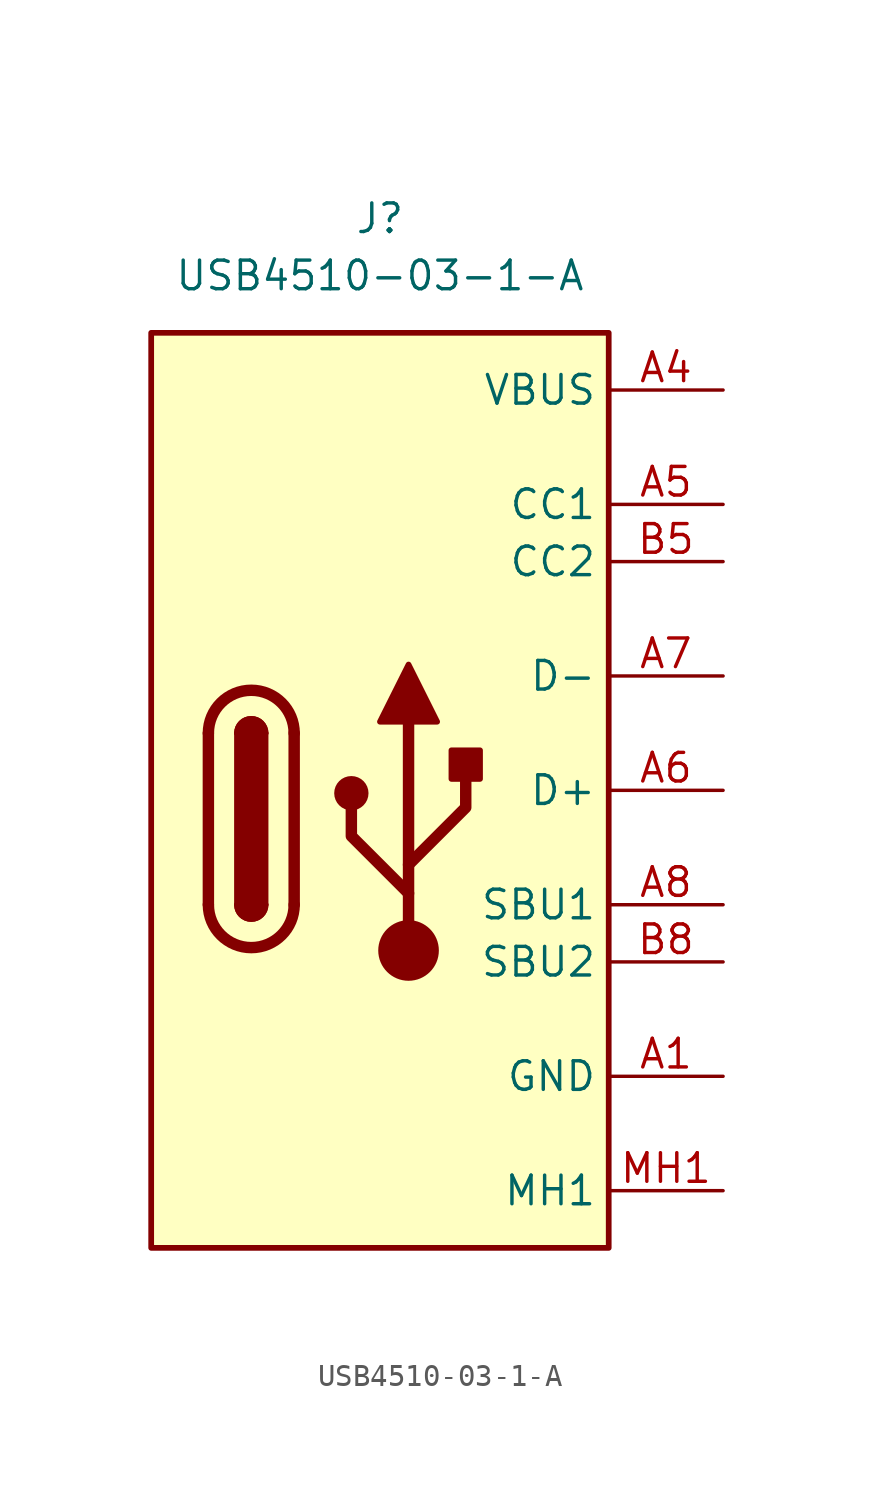
<source format=kicad_sym>
(kicad_symbol_lib
  (version 20231120)
  (generator "kicad_symbol_editor")
  (generator_version "8.0")
  (symbol "USB4510-03-1-A"
    (property "Reference" "J"
      (at 0 5.08 0)
      (effects (font (size 1.27 1.27))))
    (property "Value" "USB4510-03-1-A"
      (at 0 2.54 0)
      (effects (font (size 1.27 1.27))))
    (symbol "USB4510-03-1-A_0_1"
      (rectangle (start -10.16 0) (end 10.16 -40.64) (stroke (width 0.254) (type default)) (fill (type background)))
      (arc (start -7.62 -25.4) (mid -5.715 -27.2967) (end -3.81 -25.4) (stroke (width 0.508) (type default)) (fill (type none)))
      (arc (start -6.35 -25.4) (mid -5.715 -26.0323) (end -5.08 -25.4) (stroke (width 0.254) (type default)) (fill (type none)))
      (arc (start -6.35 -25.4) (mid -5.715 -26.0323) (end -5.08 -25.4) (stroke (width 0.254) (type default)) (fill (type outline)))
      (rectangle (start -6.35 -25.4) (end -5.08 -17.78) (stroke (width 0.254) (type default)) (fill (type outline)))
      (arc (start -5.08 -17.78) (mid -5.715 -17.1477) (end -6.35 -17.78) (stroke (width 0.254) (type default)) (fill (type none)))
      (arc (start -5.08 -17.78) (mid -5.715 -17.1477) (end -6.35 -17.78) (stroke (width 0.254) (type default)) (fill (type outline)))
      (arc (start -3.81 -17.78) (mid -5.715 -15.8833) (end -7.62 -17.78) (stroke (width 0.508) (type default)) (fill (type none)))
      (polyline (pts (xy -7.62 -25.4) (xy -7.62 -17.78)) (stroke (width 0.508) (type default)) (fill (type none)))
      (polyline (pts (xy -3.81 -17.78) (xy -3.81 -25.4)) (stroke (width 0.508) (type default)) (fill (type none))))
    (symbol "USB4510-03-1-A_1_1"
      (circle (center -1.27 -20.447) (radius 0.635) (stroke (width 0.254) (type default)) (fill (type outline)))
      (polyline (pts (xy 1.27 -27.432) (xy 1.27 -17.272)) (stroke (width 0.508) (type default)) (fill (type none)))
      (polyline (pts (xy 1.27 -24.892) (xy -1.27 -22.352) (xy -1.27 -21.082)) (stroke (width 0.508) (type default)) (fill (type none)))
      (polyline (pts (xy 1.27 -23.622) (xy 3.81 -21.082) (xy 3.81 -19.812)) (stroke (width 0.508) (type default)) (fill (type none)))
      (polyline (pts (xy 0 -17.272) (xy 1.27 -14.732) (xy 2.54 -17.272) (xy 0 -17.272)) (stroke (width 0.254) (type default)) (fill (type outline)))
      (circle (center 1.27 -27.432) (radius 1.27) (stroke (width 0) (type default)) (fill (type outline)))
      (rectangle (start 3.175 -19.812) (end 4.445 -18.542) (stroke (width 0.254) (type default)) (fill (type outline)))
      (pin passive line (at 15.24 -33.02 180) (length 5.08) (name "GND" (effects (font (size 1.27 1.27)))) (number "A1" (effects (font (size 1.27 1.27)))))
      (pin passive line (at 15.24 -33.02 180) (length 5.08) hide (name "GND" (effects (font (size 1.27 1.27)))) (number "A12" (effects (font (size 1.27 1.27)))))
      (pin passive line (at 15.24 -2.54 180) (length 5.08) (name "VBUS" (effects (font (size 1.27 1.27)))) (number "A4" (effects (font (size 1.27 1.27)))))
      (pin bidirectional line (at 15.24 -7.62 180) (length 5.08) (name "CC1" (effects (font (size 1.27 1.27)))) (number "A5" (effects (font (size 1.27 1.27)))))
      (pin bidirectional line (at 15.24 -20.32 180) (length 5.08) (name "D+" (effects (font (size 1.27 1.27)))) (number "A6" (effects (font (size 1.27 1.27)))))
      (pin bidirectional line (at 15.24 -15.24 180) (length 5.08) (name "D-" (effects (font (size 1.27 1.27)))) (number "A7" (effects (font (size 1.27 1.27)))))
      (pin bidirectional line (at 15.24 -25.4 180) (length 5.08) (name "SBU1" (effects (font (size 1.27 1.27)))) (number "A8" (effects (font (size 1.27 1.27)))))
      (pin passive line (at 15.24 -2.54 180) (length 5.08) hide (name "VBUS" (effects (font (size 1.27 1.27)))) (number "A9" (effects (font (size 1.27 1.27)))))
      (pin bidirectional line (at 15.24 -10.16 180) (length 5.08) (name "CC2" (effects (font (size 1.27 1.27)))) (number "B5" (effects (font (size 1.27 1.27)))))
      (pin passive line (at 15.24 -20.32 180) (length 5.08) hide (name "D+" (effects (font (size 1.27 1.27)))) (number "B6" (effects (font (size 1.27 1.27)))))
      (pin passive line (at 15.24 -15.24 180) (length 5.08) hide (name "D-" (effects (font (size 1.27 1.27)))) (number "B7" (effects (font (size 1.27 1.27)))))
      (pin bidirectional line (at 15.24 -27.94 180) (length 5.08) (name "SBU2" (effects (font (size 1.27 1.27)))) (number "B8" (effects (font (size 1.27 1.27)))))
      (pin passive line (at 15.24 -38.1 180) (length 5.08) (name "MH1" (effects (font (size 1.27 1.27)))) (number "MH1" (effects (font (size 1.27 1.27)))))
      (pin passive line (at 15.24 -38.1 180) (length 5.08) hide (name "MH2" (effects (font (size 1.27 1.27)))) (number "MH2" (effects (font (size 1.27 1.27)))))
      (pin passive line (at 15.24 -38.1 180) (length 5.08) hide (name "MH3" (effects (font (size 1.27 1.27)))) (number "MH3" (effects (font (size 1.27 1.27)))))
      (pin passive line (at 15.24 -38.1 180) (length 5.08) hide (name "MH4" (effects (font (size 1.27 1.27)))) (number "MH4" (effects (font (size 1.27 1.27))))))))
</source>
